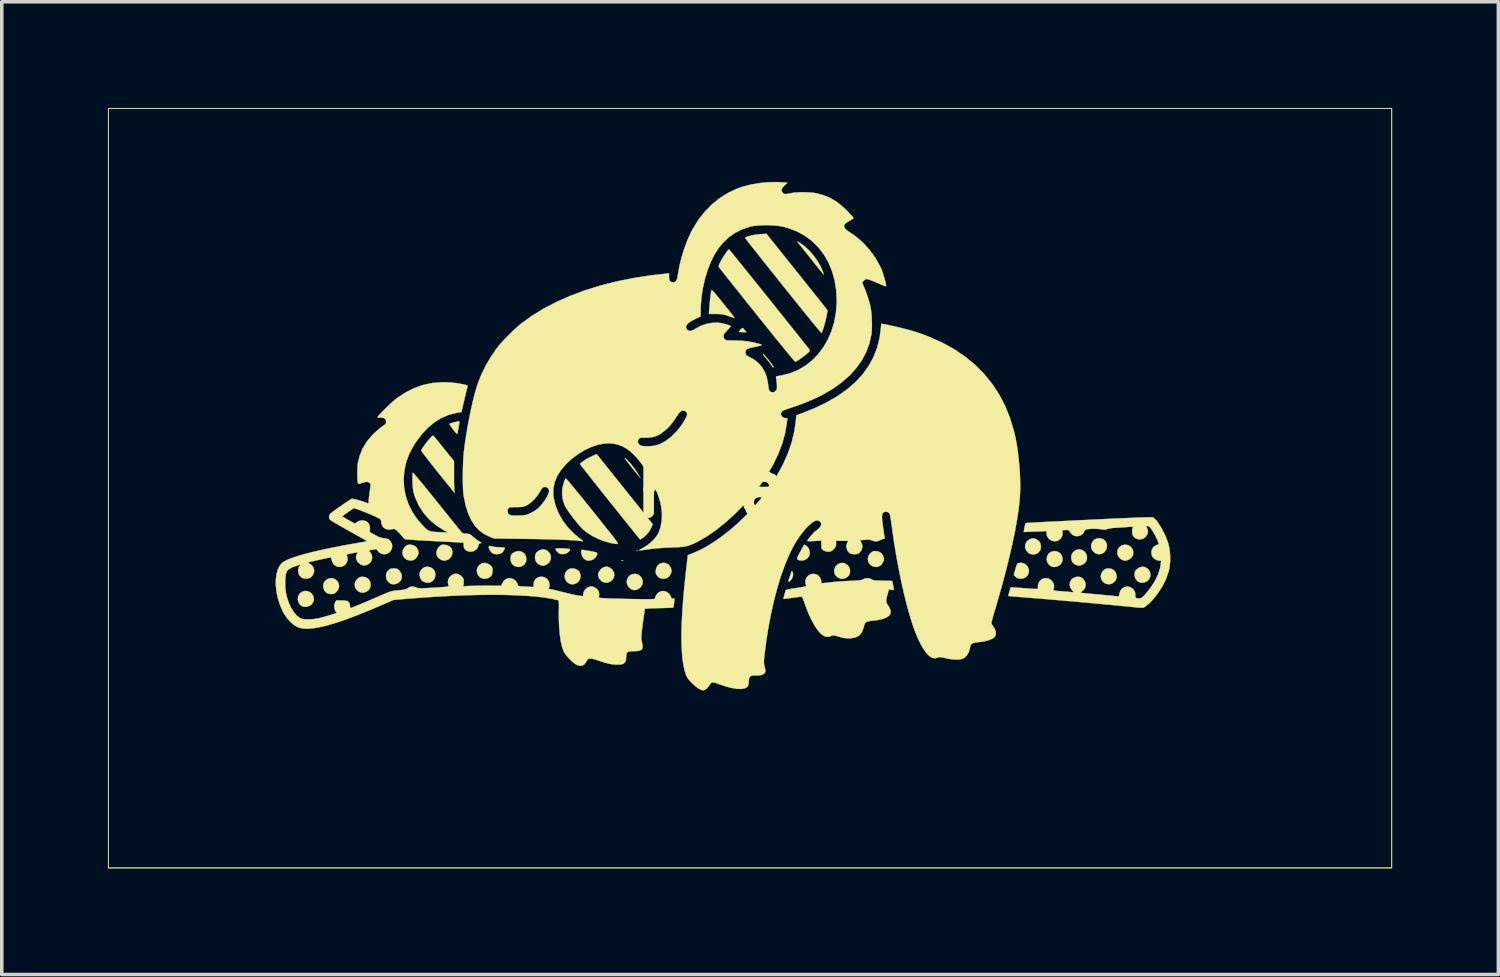
<source format=kicad_pcb>
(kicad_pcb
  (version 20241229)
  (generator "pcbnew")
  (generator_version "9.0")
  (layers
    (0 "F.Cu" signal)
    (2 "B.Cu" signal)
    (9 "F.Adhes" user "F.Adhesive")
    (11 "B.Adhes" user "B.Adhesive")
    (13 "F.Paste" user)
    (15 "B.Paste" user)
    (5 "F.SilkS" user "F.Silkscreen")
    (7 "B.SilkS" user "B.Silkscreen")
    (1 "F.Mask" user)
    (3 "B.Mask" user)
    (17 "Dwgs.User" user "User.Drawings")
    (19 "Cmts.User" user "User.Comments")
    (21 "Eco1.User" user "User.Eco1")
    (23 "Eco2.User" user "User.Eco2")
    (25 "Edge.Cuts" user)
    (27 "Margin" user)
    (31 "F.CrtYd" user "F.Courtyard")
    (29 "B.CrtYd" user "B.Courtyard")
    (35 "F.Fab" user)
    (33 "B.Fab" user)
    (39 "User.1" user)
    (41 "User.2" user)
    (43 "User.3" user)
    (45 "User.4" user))
  (footprint "Koala"
    (layer "F.Cu")
    (at 18.148 10.746)
    (property "Reference" "Koala" (at 0 0 0) (layer "F.SilkS") (effects (font (size 1.524 1.524) (thickness 0.3))))
    (attr through_hole)
    (fp_poly (pts (xy -3.102 -0.299) (xy -3.111 -0.29) (xy -3.121 -0.299) (xy -3.111 -0.308) (xy -3.102 -0.299)) (stroke (width 0.01) (type solid)) (fill yes) (layer "F.SilkS"))
    (fp_poly (pts (xy -3.588 2.038) (xy -3.585 2.045) (xy -3.61 2.047) (xy -3.636 2.044) (xy -3.633 2.038) (xy -3.596 2.036) (xy -3.588 2.038)) (stroke (width 0.01) (type solid)) (fill yes) (layer "F.SilkS"))
    (fp_poly (pts (xy -3.181 1.766) (xy -3.184 1.777) (xy -3.193 1.778) (xy -3.208 1.771) (xy -3.205 1.766) (xy -3.184 1.764) (xy -3.181 1.766)) (stroke (width 0.01) (type solid)) (fill yes) (layer "F.SilkS"))
    (fp_poly (pts (xy 18.143 10.741) (xy -18.143 10.741) (xy -18.143 -10.722) (xy -18.125 -10.722) (xy -18.125 10.722) (xy 18.125 10.722) (xy 18.125 -10.722) (xy -18.125 -10.722) (xy -18.143 -10.722) (xy -18.143 -10.741) (xy 18.143 -10.741) (xy 18.143 10.741)) (stroke (width 0.01) (type solid)) (fill yes) (layer "F.SilkS"))
    (fp_poly (pts (xy -0.203 -4.525) (xy -0.183 -4.501) (xy -0.151 -4.464) (xy -0.146 -4.459) (xy -0.103 -4.409) (xy -0.205 -4.409) (xy -0.261 -4.411) (xy -0.298 -4.416) (xy -0.308 -4.422) (xy -0.296 -4.447) (xy -0.27 -4.479) (xy -0.238 -4.509) (xy -0.212 -4.525) (xy -0.203 -4.525)) (stroke (width 0.01) (type solid)) (fill yes) (layer "F.SilkS"))
    (fp_poly (pts (xy 1.189 2.345) (xy 1.197 2.357) (xy 1.198 2.359) (xy 1.216 2.419) (xy 1.21 2.49) (xy 1.182 2.561) (xy 1.135 2.62) (xy 1.128 2.626) (xy 1.1 2.645) (xy 1.087 2.641) (xy 1.089 2.612) (xy 1.105 2.554) (xy 1.117 2.517) (xy 1.145 2.435) (xy 1.163 2.381) (xy 1.175 2.352) (xy 1.183 2.342) (xy 1.189 2.345)) (stroke (width 0.01) (type solid)) (fill yes) (layer "F.SilkS"))
    (fp_poly (pts (xy -4.976 2.272) (xy -4.9 2.298) (xy -4.839 2.344) (xy -4.817 2.376) (xy -4.79 2.464) (xy -4.798 2.549) (xy -4.838 2.626) (xy -4.897 2.68) (xy -4.978 2.715) (xy -5.06 2.715) (xy -5.129 2.686) (xy -5.192 2.629) (xy -5.23 2.557) (xy -5.241 2.478) (xy -5.225 2.401) (xy -5.184 2.334) (xy -5.131 2.292) (xy -5.057 2.269) (xy -4.976 2.272)) (stroke (width 0.01) (type solid)) (fill yes) (layer "F.SilkS"))
    (fp_poly (pts (xy -10.863 2.518) (xy -10.791 2.561) (xy -10.743 2.629) (xy -10.723 2.72) (xy -10.722 2.739) (xy -10.739 2.817) (xy -10.782 2.882) (xy -10.845 2.928) (xy -10.919 2.952) (xy -10.998 2.949) (xy -11.062 2.923) (xy -11.129 2.862) (xy -11.166 2.788) (xy -11.172 2.707) (xy -11.147 2.628) (xy -11.096 2.563) (xy -11.043 2.523) (xy -10.992 2.506) (xy -10.958 2.504) (xy -10.863 2.518)) (stroke (width 0.01) (type solid)) (fill yes) (layer "F.SilkS"))
    (fp_poly (pts (xy -9.032 2.237) (xy -8.967 2.276) (xy -8.919 2.335) (xy -8.896 2.408) (xy -8.899 2.498) (xy -8.929 2.574) (xy -8.982 2.632) (xy -9.052 2.667) (xy -9.133 2.672) (xy -9.164 2.666) (xy -9.238 2.638) (xy -9.288 2.595) (xy -9.314 2.551) (xy -9.341 2.463) (xy -9.333 2.381) (xy -9.307 2.326) (xy -9.251 2.264) (xy -9.182 2.23) (xy -9.106 2.221) (xy -9.032 2.237)) (stroke (width 0.01) (type solid)) (fill yes) (layer "F.SilkS"))
    (fp_poly (pts (xy 1.581 1.625) (xy 1.639 1.675) (xy 1.676 1.749) (xy 1.687 1.832) (xy 1.671 1.912) (xy 1.625 1.978) (xy 1.557 2.025) (xy 1.487 2.043) (xy 1.427 2.042) (xy 1.375 2.033) (xy 1.364 2.028) (xy 1.343 2.015) (xy 1.332 1.998) (xy 1.334 1.971) (xy 1.349 1.93) (xy 1.38 1.868) (xy 1.427 1.782) (xy 1.434 1.769) (xy 1.529 1.598) (xy 1.581 1.625)) (stroke (width 0.01) (type solid)) (fill yes) (layer "F.SilkS"))
    (fp_poly (pts (xy 2.678 2.125) (xy 2.753 2.171) (xy 2.804 2.238) (xy 2.827 2.318) (xy 2.821 2.403) (xy 2.803 2.45) (xy 2.754 2.508) (xy 2.685 2.548) (xy 2.607 2.564) (xy 2.557 2.558) (xy 2.471 2.519) (xy 2.411 2.46) (xy 2.38 2.387) (xy 2.379 2.306) (xy 2.411 2.223) (xy 2.418 2.212) (xy 2.48 2.149) (xy 2.556 2.116) (xy 2.64 2.114) (xy 2.678 2.125)) (stroke (width 0.01) (type solid)) (fill yes) (layer "F.SilkS"))
    (fp_poly (pts (xy 8.696 1.794) (xy 8.76 1.838) (xy 8.807 1.901) (xy 8.83 1.977) (xy 8.827 2.056) (xy 8.809 2.102) (xy 8.756 2.17) (xy 8.683 2.214) (xy 8.6 2.23) (xy 8.517 2.214) (xy 8.456 2.173) (xy 8.409 2.109) (xy 8.384 2.036) (xy 8.382 2.012) (xy 8.397 1.918) (xy 8.44 1.846) (xy 8.508 1.798) (xy 8.599 1.778) (xy 8.617 1.778) (xy 8.696 1.794)) (stroke (width 0.01) (type solid)) (fill yes) (layer "F.SilkS"))
    (fp_poly (pts (xy 9.38 1.746) (xy 9.444 1.786) (xy 9.493 1.846) (xy 9.52 1.918) (xy 9.522 1.998) (xy 9.499 2.066) (xy 9.449 2.128) (xy 9.378 2.17) (xy 9.298 2.188) (xy 9.245 2.182) (xy 9.167 2.146) (xy 9.112 2.09) (xy 9.082 2.02) (xy 9.075 1.943) (xy 9.092 1.869) (xy 9.135 1.803) (xy 9.202 1.753) (xy 9.223 1.744) (xy 9.305 1.729) (xy 9.38 1.746)) (stroke (width 0.01) (type solid)) (fill yes) (layer "F.SilkS"))
    (fp_poly (pts (xy 9.959 1.435) (xy 10.024 1.477) (xy 10.06 1.523) (xy 10.087 1.607) (xy 10.083 1.687) (xy 10.055 1.758) (xy 10.006 1.815) (xy 9.942 1.853) (xy 9.869 1.868) (xy 9.79 1.854) (xy 9.748 1.833) (xy 9.681 1.774) (xy 9.645 1.701) (xy 9.638 1.622) (xy 9.661 1.542) (xy 9.715 1.471) (xy 9.736 1.453) (xy 9.803 1.421) (xy 9.882 1.416) (xy 9.959 1.435)) (stroke (width 0.01) (type solid)) (fill yes) (layer "F.SilkS"))
    (fp_poly (pts (xy -12.505 2.911) (xy -12.434 2.942) (xy -12.376 2.998) (xy -12.347 3.051) (xy -12.33 3.107) (xy -12.328 3.152) (xy -12.341 3.202) (xy -12.382 3.275) (xy -12.447 3.326) (xy -12.527 3.353) (xy -12.613 3.352) (xy -12.657 3.339) (xy -12.718 3.296) (xy -12.761 3.23) (xy -12.781 3.151) (xy -12.775 3.07) (xy -12.766 3.042) (xy -12.719 2.971) (xy -12.655 2.925) (xy -12.581 2.905) (xy -12.505 2.911)) (stroke (width 0.01) (type solid)) (fill yes) (layer "F.SilkS"))
    (fp_poly (pts (xy -11.79 2.548) (xy -11.726 2.574) (xy -11.659 2.635) (xy -11.622 2.709) (xy -11.615 2.79) (xy -11.64 2.869) (xy -11.692 2.935) (xy -11.742 2.974) (xy -11.791 2.99) (xy -11.833 2.993) (xy -11.896 2.986) (xy -11.951 2.97) (xy -11.96 2.965) (xy -12.018 2.914) (xy -12.054 2.839) (xy -12.065 2.758) (xy -12.049 2.68) (xy -12.005 2.616) (xy -11.943 2.569) (xy -11.868 2.546) (xy -11.79 2.548)) (stroke (width 0.01) (type solid)) (fill yes) (layer "F.SilkS"))
    (fp_poly (pts (xy -4.039 2.219) (xy -3.962 2.247) (xy -3.896 2.302) (xy -3.85 2.378) (xy -3.844 2.397) (xy -3.837 2.474) (xy -3.861 2.546) (xy -3.908 2.608) (xy -3.973 2.652) (xy -4.048 2.673) (xy -4.125 2.666) (xy -4.201 2.626) (xy -4.259 2.559) (xy -4.284 2.502) (xy -4.295 2.45) (xy -4.288 2.406) (xy -4.27 2.365) (xy -4.218 2.29) (xy -4.149 2.239) (xy -4.072 2.218) (xy -4.039 2.219)) (stroke (width 0.01) (type solid)) (fill yes) (layer "F.SilkS"))
    (fp_poly (pts (xy -3.163 2.442) (xy -3.096 2.493) (xy -3.059 2.548) (xy -3.034 2.621) (xy -3.036 2.688) (xy -3.06 2.753) (xy -3.109 2.816) (xy -3.165 2.85) (xy -3.226 2.875) (xy -3.272 2.882) (xy -3.318 2.871) (xy -3.349 2.859) (xy -3.42 2.811) (xy -3.465 2.746) (xy -3.484 2.671) (xy -3.479 2.594) (xy -3.449 2.523) (xy -3.395 2.465) (xy -3.33 2.432) (xy -3.244 2.421) (xy -3.163 2.442)) (stroke (width 0.01) (type solid)) (fill yes) (layer "F.SilkS"))
    (fp_poly (pts (xy 0.385 -3.778) (xy 0.419 -3.744) (xy 0.463 -3.694) (xy 0.512 -3.635) (xy 0.561 -3.573) (xy 0.606 -3.514) (xy 0.641 -3.463) (xy 0.663 -3.427) (xy 0.665 -3.411) (xy 0.664 -3.411) (xy 0.641 -3.425) (xy 0.609 -3.463) (xy 0.581 -3.504) (xy 0.537 -3.568) (xy 0.48 -3.639) (xy 0.431 -3.695) (xy 0.391 -3.741) (xy 0.366 -3.775) (xy 0.363 -3.79) (xy 0.365 -3.791) (xy 0.385 -3.778)) (stroke (width 0.01) (type solid)) (fill yes) (layer "F.SilkS"))
    (fp_poly (pts (xy 7.753 2.134) (xy 7.816 2.181) (xy 7.86 2.247) (xy 7.881 2.324) (xy 7.874 2.394) (xy 7.836 2.475) (xy 7.773 2.53) (xy 7.69 2.556) (xy 7.655 2.558) (xy 7.591 2.553) (xy 7.543 2.534) (xy 7.51 2.508) (xy 7.453 2.457) (xy 7.498 2.295) (xy 7.519 2.218) (xy 7.537 2.169) (xy 7.553 2.14) (xy 7.574 2.125) (xy 7.598 2.116) (xy 7.678 2.11) (xy 7.753 2.134)) (stroke (width 0.01) (type solid)) (fill yes) (layer "F.SilkS"))
    (fp_poly (pts (xy 11.163 2.232) (xy 11.234 2.273) (xy 11.289 2.341) (xy 11.315 2.421) (xy 11.31 2.499) (xy 11.279 2.569) (xy 11.226 2.625) (xy 11.157 2.662) (xy 11.076 2.674) (xy 11.019 2.665) (xy 10.946 2.627) (xy 10.894 2.563) (xy 10.869 2.479) (xy 10.868 2.446) (xy 10.871 2.385) (xy 10.887 2.343) (xy 10.921 2.301) (xy 10.928 2.295) (xy 11.003 2.242) (xy 11.083 2.221) (xy 11.163 2.232)) (stroke (width 0.01) (type solid)) (fill yes) (layer "F.SilkS"))
    (fp_poly (pts (xy -8.569 1.61) (xy -8.495 1.645) (xy -8.442 1.696) (xy -8.435 1.708) (xy -8.413 1.784) (xy -8.419 1.865) (xy -8.45 1.941) (xy -8.502 2.001) (xy -8.534 2.02) (xy -8.611 2.046) (xy -8.682 2.043) (xy -8.745 2.018) (xy -8.813 1.967) (xy -8.853 1.898) (xy -8.864 1.82) (xy -8.847 1.74) (xy -8.798 1.665) (xy -8.791 1.657) (xy -8.744 1.617) (xy -8.698 1.6) (xy -8.651 1.597) (xy -8.569 1.61)) (stroke (width 0.01) (type solid)) (fill yes) (layer "F.SilkS"))
    (fp_poly (pts (xy -7.414 2.132) (xy -7.338 2.183) (xy -7.333 2.188) (xy -7.297 2.227) (xy -7.28 2.259) (xy -7.276 2.301) (xy -7.279 2.351) (xy -7.29 2.423) (xy -7.312 2.472) (xy -7.333 2.497) (xy -7.402 2.542) (xy -7.485 2.562) (xy -7.557 2.555) (xy -7.632 2.519) (xy -7.686 2.458) (xy -7.717 2.383) (xy -7.72 2.301) (xy -7.698 2.233) (xy -7.644 2.164) (xy -7.574 2.123) (xy -7.495 2.112) (xy -7.414 2.132)) (stroke (width 0.01) (type solid)) (fill yes) (layer "F.SilkS"))
    (fp_poly (pts (xy -5.807 1.736) (xy -5.733 1.766) (xy -5.674 1.824) (xy -5.653 1.859) (xy -5.628 1.931) (xy -5.631 1.998) (xy -5.655 2.063) (xy -5.704 2.127) (xy -5.759 2.161) (xy -5.811 2.183) (xy -5.847 2.191) (xy -5.885 2.187) (xy -5.927 2.175) (xy -5.997 2.138) (xy -6.047 2.078) (xy -6.075 2.003) (xy -6.078 1.923) (xy -6.053 1.848) (xy -6.032 1.817) (xy -5.964 1.76) (xy -5.886 1.734) (xy -5.807 1.736)) (stroke (width 0.01) (type solid)) (fill yes) (layer "F.SilkS"))
    (fp_poly (pts (xy 10.219 2.283) (xy 10.291 2.325) (xy 10.339 2.393) (xy 10.359 2.484) (xy 10.36 2.503) (xy 10.353 2.561) (xy 10.326 2.611) (xy 10.301 2.641) (xy 10.228 2.697) (xy 10.147 2.718) (xy 10.062 2.704) (xy 10.033 2.691) (xy 9.965 2.637) (xy 9.924 2.567) (xy 9.911 2.489) (xy 9.928 2.409) (xy 9.975 2.338) (xy 9.986 2.327) (xy 10.039 2.287) (xy 10.09 2.27) (xy 10.124 2.268) (xy 10.219 2.283)) (stroke (width 0.01) (type solid)) (fill yes) (layer "F.SilkS"))
    (fp_poly (pts (xy 10.689 1.612) (xy 10.758 1.655) (xy 10.806 1.718) (xy 10.83 1.794) (xy 10.826 1.876) (xy 10.808 1.923) (xy 10.765 1.976) (xy 10.702 2.02) (xy 10.634 2.047) (xy 10.604 2.05) (xy 10.551 2.04) (xy 10.494 2.014) (xy 10.485 2.009) (xy 10.418 1.947) (xy 10.384 1.871) (xy 10.378 1.817) (xy 10.394 1.734) (xy 10.439 1.665) (xy 10.507 1.618) (xy 10.591 1.597) (xy 10.604 1.597) (xy 10.689 1.612)) (stroke (width 0.01) (type solid)) (fill yes) (layer "F.SilkS"))
    (fp_poly (pts (xy -9.519 1.612) (xy -9.445 1.657) (xy -9.394 1.727) (xy -9.383 1.755) (xy -9.37 1.806) (xy -9.371 1.847) (xy -9.388 1.896) (xy -9.394 1.91) (xy -9.445 1.985) (xy -9.514 2.032) (xy -9.595 2.047) (xy -9.682 2.029) (xy -9.705 2.018) (xy -9.774 1.966) (xy -9.814 1.896) (xy -9.826 1.818) (xy -9.807 1.737) (xy -9.758 1.663) (xy -9.752 1.657) (xy -9.706 1.617) (xy -9.661 1.6) (xy -9.611 1.597) (xy -9.519 1.612)) (stroke (width 0.01) (type solid)) (fill yes) (layer "F.SilkS"))
    (fp_poly (pts (xy -6.455 1.794) (xy -6.391 1.838) (xy -6.345 1.902) (xy -6.322 1.979) (xy -6.328 2.061) (xy -6.338 2.092) (xy -6.386 2.164) (xy -6.454 2.21) (xy -6.536 2.228) (xy -6.622 2.215) (xy -6.655 2.201) (xy -6.704 2.165) (xy -6.742 2.119) (xy -6.743 2.117) (xy -6.765 2.048) (xy -6.769 1.971) (xy -6.756 1.902) (xy -6.749 1.887) (xy -6.704 1.836) (xy -6.635 1.798) (xy -6.555 1.779) (xy -6.534 1.778) (xy -6.455 1.794)) (stroke (width 0.01) (type solid)) (fill yes) (layer "F.SilkS"))
    (fp_poly (pts (xy -5.302 1.702) (xy -5.221 1.706) (xy -5.152 1.713) (xy -5.106 1.72) (xy -5.09 1.726) (xy -5.09 1.749) (xy -5.118 1.788) (xy -5.128 1.798) (xy -5.186 1.842) (xy -5.254 1.86) (xy -5.264 1.861) (xy -5.319 1.863) (xy -5.362 1.859) (xy -5.37 1.857) (xy -5.41 1.833) (xy -5.451 1.795) (xy -5.484 1.755) (xy -5.497 1.724) (xy -5.493 1.712) (xy -5.476 1.704) (xy -5.44 1.7) (xy -5.379 1.7) (xy -5.302 1.702)) (stroke (width 0.01) (type solid)) (fill yes) (layer "F.SilkS"))
    (fp_poly (pts (xy -4.729 1.745) (xy -4.675 1.753) (xy -4.605 1.764) (xy -4.53 1.777) (xy -4.459 1.789) (xy -4.413 1.798) (xy -4.351 1.815) (xy -4.322 1.839) (xy -4.323 1.876) (xy -4.352 1.933) (xy -4.354 1.936) (xy -4.413 2.001) (xy -4.489 2.039) (xy -4.574 2.048) (xy -4.637 2.033) (xy -4.7 1.989) (xy -4.746 1.923) (xy -4.77 1.845) (xy -4.772 1.822) (xy -4.769 1.774) (xy -4.762 1.745) (xy -4.758 1.742) (xy -4.729 1.745)) (stroke (width 0.01) (type solid)) (fill yes) (layer "F.SilkS"))
    (fp_poly (pts (xy -3.518 -0.839) (xy -3.478 -0.802) (xy -3.427 -0.749) (xy -3.37 -0.684) (xy -3.313 -0.613) (xy -3.261 -0.544) (xy -3.236 -0.508) (xy -3.18 -0.423) (xy -3.142 -0.364) (xy -3.124 -0.332) (xy -3.125 -0.326) (xy -3.147 -0.348) (xy -3.189 -0.397) (xy -3.253 -0.474) (xy -3.338 -0.58) (xy -3.346 -0.59) (xy -3.411 -0.672) (xy -3.467 -0.744) (xy -3.509 -0.801) (xy -3.535 -0.839) (xy -3.541 -0.853) (xy -3.541 -0.853) (xy -3.518 -0.839)) (stroke (width 0.01) (type solid)) (fill yes) (layer "F.SilkS"))
    (fp_poly (pts (xy 3.635 1.794) (xy 3.709 1.838) (xy 3.76 1.908) (xy 3.771 1.936) (xy 3.784 1.987) (xy 3.782 2.028) (xy 3.765 2.078) (xy 3.759 2.091) (xy 3.709 2.167) (xy 3.64 2.213) (xy 3.559 2.229) (xy 3.472 2.21) (xy 3.448 2.2) (xy 3.38 2.147) (xy 3.339 2.078) (xy 3.328 1.999) (xy 3.346 1.919) (xy 3.396 1.844) (xy 3.401 1.838) (xy 3.448 1.799) (xy 3.493 1.781) (xy 3.542 1.778) (xy 3.635 1.794)) (stroke (width 0.01) (type solid)) (fill yes) (layer "F.SilkS"))
    (fp_poly (pts (xy -8.223 -1.884) (xy -8.217 -1.871) (xy -8.218 -1.841) (xy -8.225 -1.788) (xy -8.238 -1.714) (xy -8.252 -1.639) (xy -8.264 -1.578) (xy -8.274 -1.541) (xy -8.277 -1.532) (xy -8.291 -1.542) (xy -8.322 -1.575) (xy -8.365 -1.625) (xy -8.397 -1.664) (xy -8.442 -1.725) (xy -8.476 -1.775) (xy -8.494 -1.808) (xy -8.495 -1.818) (xy -8.471 -1.829) (xy -8.423 -1.845) (xy -8.363 -1.861) (xy -8.303 -1.876) (xy -8.255 -1.885) (xy -8.236 -1.887) (xy -8.223 -1.884)) (stroke (width 0.01) (type solid)) (fill yes) (layer "F.SilkS"))
    (fp_poly (pts (xy -2.405 2.113) (xy -2.329 2.144) (xy -2.288 2.178) (xy -2.238 2.251) (xy -2.22 2.332) (xy -2.234 2.413) (xy -2.281 2.487) (xy -2.307 2.512) (xy -2.354 2.543) (xy -2.41 2.556) (xy -2.452 2.558) (xy -2.513 2.555) (xy -2.555 2.539) (xy -2.597 2.504) (xy -2.605 2.496) (xy -2.644 2.453) (xy -2.662 2.412) (xy -2.667 2.355) (xy -2.667 2.344) (xy -2.652 2.256) (xy -2.612 2.186) (xy -2.553 2.137) (xy -2.481 2.112) (xy -2.405 2.113)) (stroke (width 0.01) (type solid)) (fill yes) (layer "F.SilkS"))
    (fp_poly (pts (xy -7.341 1.638) (xy -7.284 1.651) (xy -7.23 1.66) (xy -7.154 1.667) (xy -7.075 1.671) (xy -7.071 1.671) (xy -7.005 1.674) (xy -6.955 1.68) (xy -6.932 1.688) (xy -6.931 1.69) (xy -6.943 1.732) (xy -6.973 1.782) (xy -7.011 1.825) (xy -7.029 1.839) (xy -7.088 1.861) (xy -7.163 1.867) (xy -7.237 1.857) (xy -7.277 1.841) (xy -7.319 1.804) (xy -7.357 1.747) (xy -7.381 1.688) (xy -7.384 1.662) (xy -7.382 1.643) (xy -7.371 1.635) (xy -7.341 1.638)) (stroke (width 0.01) (type solid)) (fill yes) (layer "F.SilkS"))
    (fp_poly (pts (xy 8.074 1.435) (xy 8.148 1.483) (xy 8.174 1.51) (xy 8.204 1.557) (xy 8.217 1.614) (xy 8.219 1.654) (xy 8.215 1.715) (xy 8.2 1.757) (xy 8.165 1.799) (xy 8.157 1.807) (xy 8.113 1.846) (xy 8.072 1.864) (xy 8.016 1.869) (xy 8.004 1.869) (xy 7.936 1.863) (xy 7.885 1.843) (xy 7.86 1.824) (xy 7.799 1.753) (xy 7.772 1.674) (xy 7.777 1.593) (xy 7.816 1.516) (xy 7.839 1.489) (xy 7.913 1.438) (xy 7.993 1.42) (xy 8.074 1.435)) (stroke (width 0.01) (type solid)) (fill yes) (layer "F.SilkS"))
    (fp_poly (pts (xy -10.008 2.271) (xy -9.966 2.285) (xy -9.926 2.317) (xy -9.915 2.328) (xy -9.862 2.402) (xy -9.84 2.482) (xy -9.848 2.559) (xy -9.882 2.627) (xy -9.942 2.68) (xy -10.023 2.71) (xy -10.046 2.714) (xy -10.102 2.714) (xy -10.148 2.706) (xy -10.152 2.705) (xy -10.188 2.681) (xy -10.23 2.641) (xy -10.239 2.631) (xy -10.271 2.583) (xy -10.285 2.529) (xy -10.287 2.482) (xy -10.283 2.422) (xy -10.268 2.38) (xy -10.233 2.337) (xy -10.225 2.33) (xy -10.183 2.292) (xy -10.143 2.274) (xy -10.089 2.268) (xy -10.069 2.268) (xy -10.008 2.271)) (stroke (width 0.01) (type solid)) (fill yes) (layer "F.SilkS"))
    (fp_poly (pts (xy 1.366 -6.957) (xy 1.409 -6.932) (xy 1.544 -6.834) (xy 1.678 -6.708) (xy 1.804 -6.562) (xy 1.915 -6.404) (xy 1.986 -6.279) (xy 2.016 -6.216) (xy 2.044 -6.152) (xy 2.066 -6.096) (xy 2.078 -6.057) (xy 2.078 -6.042) (xy 2.078 -6.042) (xy 2.066 -6.055) (xy 2.034 -6.094) (xy 1.984 -6.154) (xy 1.921 -6.233) (xy 1.845 -6.326) (xy 1.761 -6.431) (xy 1.714 -6.491) (xy 1.625 -6.602) (xy 1.543 -6.704) (xy 1.471 -6.795) (xy 1.411 -6.87) (xy 1.367 -6.925) (xy 1.341 -6.958) (xy 1.336 -6.965) (xy 1.339 -6.969) (xy 1.366 -6.957)) (stroke (width 0.01) (type solid)) (fill yes) (layer "F.SilkS"))
    (fp_poly (pts (xy -1.061 -5.58) (xy -1.027 -5.546) (xy -0.978 -5.491) (xy -0.912 -5.411) (xy -0.827 -5.306) (xy -0.78 -5.248) (xy -0.681 -5.125) (xy -0.603 -5.027) (xy -0.543 -4.952) (xy -0.5 -4.896) (xy -0.47 -4.857) (xy -0.452 -4.832) (xy -0.444 -4.817) (xy -0.442 -4.811) (xy -0.446 -4.81) (xy -0.448 -4.81) (xy -0.471 -4.817) (xy -0.519 -4.833) (xy -0.584 -4.856) (xy -0.617 -4.867) (xy -0.695 -4.893) (xy -0.761 -4.91) (xy -0.829 -4.918) (xy -0.912 -4.922) (xy -0.967 -4.923) (xy -1.163 -4.923) (xy -1.152 -5.079) (xy -1.144 -5.181) (xy -1.134 -5.286) (xy -1.123 -5.387) (xy -1.112 -5.476) (xy -1.101 -5.545) (xy -1.092 -5.587) (xy -1.091 -5.591) (xy -1.082 -5.594) (xy -1.061 -5.58)) (stroke (width 0.01) (type solid)) (fill yes) (layer "F.SilkS"))
    (fp_poly (pts (xy -3.544 0.028) (xy -2.753 1.017) (xy -2.784 1.097) (xy -2.839 1.204) (xy -2.918 1.306) (xy -3.009 1.388) (xy -3.02 1.396) (xy -3.065 1.427) (xy -3.097 1.447) (xy -3.106 1.451) (xy -3.118 1.437) (xy -3.151 1.397) (xy -3.202 1.333) (xy -3.272 1.248) (xy -3.357 1.142) (xy -3.455 1.02) (xy -3.566 0.882) (xy -3.687 0.731) (xy -3.816 0.57) (xy -3.952 0.4) (xy -3.955 0.396) (xy -4.091 0.225) (xy -4.221 0.063) (xy -4.342 -0.09) (xy -4.453 -0.23) (xy -4.552 -0.355) (xy -4.637 -0.463) (xy -4.707 -0.552) (xy -4.759 -0.619) (xy -4.792 -0.663) (xy -4.804 -0.68) (xy -4.804 -0.68) (xy -4.792 -0.703) (xy -4.754 -0.737) (xy -4.694 -0.778) (xy -4.619 -0.824) (xy -4.535 -0.87) (xy -4.448 -0.912) (xy -4.404 -0.932) (xy -4.335 -0.96) (xy -3.544 0.028)) (stroke (width 0.01) (type solid)) (fill yes) (layer "F.SilkS"))
    (fp_poly (pts (xy -8.939 -1.47) (xy -8.92 -1.448) (xy -8.883 -1.403) (xy -8.83 -1.338) (xy -8.764 -1.257) (xy -8.69 -1.165) (xy -8.64 -1.103) (xy -8.367 -0.763) (xy -8.367 -0.357) (xy -8.367 -0.237) (xy -8.366 -0.127) (xy -8.363 -0.034) (xy -8.361 0.037) (xy -8.357 0.08) (xy -8.356 0.088) (xy -8.349 0.118) (xy -8.352 0.127) (xy -8.364 0.113) (xy -8.397 0.074) (xy -8.448 0.013) (xy -8.514 -0.068) (xy -8.594 -0.166) (xy -8.683 -0.277) (xy -8.781 -0.399) (xy -8.828 -0.457) (xy -8.928 -0.583) (xy -9.022 -0.701) (xy -9.105 -0.808) (xy -9.176 -0.9) (xy -9.233 -0.974) (xy -9.273 -1.027) (xy -9.293 -1.057) (xy -9.295 -1.062) (xy -9.284 -1.088) (xy -9.256 -1.135) (xy -9.214 -1.196) (xy -9.164 -1.264) (xy -9.111 -1.332) (xy -9.06 -1.393) (xy -9.044 -1.411) (xy -9 -1.457) (xy -8.973 -1.479) (xy -8.954 -1.481) (xy -8.939 -1.47)) (stroke (width 0.01) (type solid)) (fill yes) (layer "F.SilkS"))
    (fp_poly (pts (xy -5.197 -0.264) (xy -5.163 -0.227) (xy -5.11 -0.166) (xy -5.04 -0.083) (xy -4.956 0.019) (xy -4.858 0.138) (xy -4.749 0.271) (xy -4.631 0.417) (xy -4.505 0.573) (xy -4.449 0.644) (xy -4.3 0.829) (xy -4.173 0.989) (xy -4.066 1.124) (xy -3.977 1.236) (xy -3.904 1.328) (xy -3.847 1.402) (xy -3.804 1.46) (xy -3.773 1.504) (xy -3.753 1.535) (xy -3.743 1.556) (xy -3.74 1.568) (xy -3.744 1.575) (xy -3.752 1.577) (xy -3.76 1.577) (xy -3.811 1.572) (xy -3.879 1.561) (xy -3.928 1.552) (xy -4.11 1.502) (xy -4.288 1.434) (xy -4.455 1.353) (xy -4.602 1.261) (xy -4.723 1.164) (xy -4.755 1.131) (xy -4.827 1.051) (xy -4.905 0.959) (xy -4.984 0.859) (xy -5.059 0.759) (xy -5.128 0.665) (xy -5.185 0.581) (xy -5.225 0.514) (xy -5.243 0.477) (xy -5.289 0.333) (xy -5.311 0.204) (xy -5.311 0.077) (xy -5.311 0.074) (xy -5.302 0.003) (xy -5.285 -0.076) (xy -5.263 -0.155) (xy -5.24 -0.222) (xy -5.218 -0.267) (xy -5.211 -0.276) (xy -5.197 -0.264)) (stroke (width 0.01) (type solid)) (fill yes) (layer "F.SilkS"))
    (fp_poly (pts (xy 1.315 -6.122) (xy 1.453 -5.951) (xy 1.583 -5.787) (xy 1.706 -5.634) (xy 1.818 -5.493) (xy 1.919 -5.367) (xy 2.006 -5.258) (xy 2.077 -5.168) (xy 2.131 -5.099) (xy 2.166 -5.054) (xy 2.181 -5.036) (xy 2.181 -5.035) (xy 2.184 -5.005) (xy 2.177 -4.948) (xy 2.163 -4.871) (xy 2.144 -4.781) (xy 2.12 -4.686) (xy 2.094 -4.592) (xy 2.068 -4.508) (xy 2.044 -4.441) (xy 2.024 -4.397) (xy 2.016 -4.388) (xy 2.004 -4.4) (xy 1.97 -4.439) (xy 1.917 -4.502) (xy 1.846 -4.588) (xy 1.758 -4.694) (xy 1.656 -4.819) (xy 1.541 -4.961) (xy 1.414 -5.118) (xy 1.278 -5.288) (xy 1.133 -5.468) (xy 0.981 -5.658) (xy 0.935 -5.715) (xy 0.781 -5.908) (xy 0.634 -6.092) (xy 0.495 -6.267) (xy 0.365 -6.43) (xy 0.247 -6.579) (xy 0.141 -6.712) (xy 0.05 -6.827) (xy -0.025 -6.922) (xy -0.083 -6.996) (xy -0.121 -7.045) (xy -0.139 -7.069) (xy -0.141 -7.071) (xy -0.128 -7.087) (xy -0.087 -7.106) (xy -0.024 -7.126) (xy 0.054 -7.145) (xy 0.139 -7.161) (xy 0.226 -7.174) (xy 0.29 -7.179) (xy 0.463 -7.188) (xy 1.315 -6.122)) (stroke (width 0.01) (type solid)) (fill yes) (layer "F.SilkS"))
    (fp_poly (pts (xy -0.584 -6.735) (xy -0.551 -6.695) (xy -0.499 -6.632) (xy -0.43 -6.547) (xy -0.345 -6.443) (xy -0.247 -6.322) (xy -0.138 -6.187) (xy -0.019 -6.039) (xy 0.107 -5.882) (xy 0.24 -5.717) (xy 0.376 -5.547) (xy 0.515 -5.375) (xy 0.654 -5.201) (xy 0.791 -5.03) (xy 0.925 -4.862) (xy 1.054 -4.701) (xy 1.175 -4.549) (xy 1.288 -4.408) (xy 1.39 -4.28) (xy 1.479 -4.168) (xy 1.553 -4.074) (xy 1.611 -4) (xy 1.651 -3.949) (xy 1.67 -3.923) (xy 1.671 -3.921) (xy 1.683 -3.896) (xy 1.68 -3.874) (xy 1.658 -3.847) (xy 1.615 -3.806) (xy 1.559 -3.759) (xy 1.493 -3.709) (xy 1.424 -3.66) (xy 1.361 -3.618) (xy 1.309 -3.588) (xy 1.277 -3.574) (xy 1.275 -3.574) (xy 1.26 -3.588) (xy 1.225 -3.628) (xy 1.17 -3.693) (xy 1.098 -3.78) (xy 1.009 -3.888) (xy 0.906 -4.014) (xy 0.79 -4.157) (xy 0.662 -4.314) (xy 0.525 -4.484) (xy 0.38 -4.664) (xy 0.229 -4.853) (xy 0.201 -4.888) (xy 0.048 -5.079) (xy -0.099 -5.263) (xy -0.238 -5.437) (xy -0.367 -5.599) (xy -0.486 -5.748) (xy -0.592 -5.881) (xy -0.683 -5.996) (xy -0.759 -6.092) (xy -0.817 -6.165) (xy -0.855 -6.215) (xy -0.873 -6.239) (xy -0.874 -6.24) (xy -0.884 -6.263) (xy -0.884 -6.289) (xy -0.87 -6.328) (xy -0.841 -6.388) (xy -0.83 -6.409) (xy -0.794 -6.475) (xy -0.75 -6.546) (xy -0.704 -6.615) (xy -0.661 -6.677) (xy -0.625 -6.723) (xy -0.602 -6.747) (xy -0.597 -6.749) (xy -0.584 -6.735)) (stroke (width 0.01) (type solid)) (fill yes) (layer "F.SilkS"))
    (fp_poly (pts (xy 1.876 2.438) (xy 1.939 2.481) (xy 1.988 2.545) (xy 2.012 2.617) (xy 2.014 2.638) (xy 2.014 2.69) (xy 2.112 2.679) (xy 2.326 2.655) (xy 2.529 2.638) (xy 2.74 2.625) (xy 2.847 2.62) (xy 2.964 2.614) (xy 3.05 2.609) (xy 3.112 2.601) (xy 3.156 2.592) (xy 3.189 2.58) (xy 3.207 2.571) (xy 3.274 2.548) (xy 3.349 2.546) (xy 3.416 2.564) (xy 3.445 2.583) (xy 3.465 2.595) (xy 3.5 2.604) (xy 3.555 2.61) (xy 3.635 2.614) (xy 3.746 2.617) (xy 3.747 2.617) (xy 4.017 2.622) (xy 4.04 2.731) (xy 4.055 2.805) (xy 4.061 2.851) (xy 4.056 2.873) (xy 4.037 2.879) (xy 4.003 2.875) (xy 3.993 2.874) (xy 3.921 2.862) (xy 3.901 2.942) (xy 3.884 3.004) (xy 3.867 3.062) (xy 3.864 3.073) (xy 3.847 3.16) (xy 3.856 3.238) (xy 3.88 3.286) (xy 3.943 3.382) (xy 3.973 3.467) (xy 3.969 3.54) (xy 3.931 3.602) (xy 3.86 3.654) (xy 3.754 3.695) (xy 3.613 3.726) (xy 3.511 3.74) (xy 3.41 3.751) (xy 3.339 3.763) (xy 3.29 3.78) (xy 3.257 3.807) (xy 3.234 3.85) (xy 3.214 3.914) (xy 3.194 3.986) (xy 3.151 4.088) (xy 3.081 4.165) (xy 2.986 4.216) (xy 2.868 4.241) (xy 2.803 4.243) (xy 2.734 4.241) (xy 2.675 4.237) (xy 2.64 4.233) (xy 2.605 4.224) (xy 2.547 4.208) (xy 2.48 4.189) (xy 2.413 4.171) (xy 2.369 4.163) (xy 2.333 4.165) (xy 2.293 4.177) (xy 2.275 4.184) (xy 2.201 4.203) (xy 2.133 4.197) (xy 2.065 4.165) (xy 1.992 4.104) (xy 1.952 4.062) (xy 1.884 3.977) (xy 1.812 3.862) (xy 1.738 3.725) (xy 1.665 3.571) (xy 1.598 3.408) (xy 1.551 3.279) (xy 1.519 3.188) (xy 1.495 3.127) (xy 1.476 3.09) (xy 1.459 3.071) (xy 1.442 3.067) (xy 1.411 3.07) (xy 1.352 3.077) (xy 1.274 3.088) (xy 1.185 3.1) (xy 1.179 3.101) (xy 1.093 3.113) (xy 1.021 3.123) (xy 0.97 3.129) (xy 0.947 3.13) (xy 0.947 3.13) (xy 0.948 3.11) (xy 0.957 3.067) (xy 0.97 3.012) (xy 0.987 2.955) (xy 1.002 2.908) (xy 1.013 2.881) (xy 1.014 2.88) (xy 1.037 2.872) (xy 1.088 2.86) (xy 1.16 2.846) (xy 1.247 2.832) (xy 1.262 2.83) (xy 1.38 2.812) (xy 1.466 2.798) (xy 1.525 2.787) (xy 1.562 2.778) (xy 1.581 2.77) (xy 1.587 2.76) (xy 1.583 2.748) (xy 1.578 2.739) (xy 1.562 2.678) (xy 1.566 2.604) (xy 1.587 2.542) (xy 1.64 2.476) (xy 1.712 2.434) (xy 1.795 2.421) (xy 1.876 2.438)) (stroke (width 0.01) (type solid)) (fill yes) (layer "F.SilkS"))
    (fp_poly (pts (xy 11.375 0.822) (xy 11.377 0.822) (xy 11.42 0.847) (xy 11.473 0.902) (xy 11.532 0.979) (xy 11.594 1.075) (xy 11.656 1.183) (xy 11.714 1.299) (xy 11.767 1.417) (xy 11.809 1.532) (xy 11.821 1.569) (xy 11.855 1.724) (xy 11.872 1.898) (xy 11.872 2.076) (xy 11.854 2.246) (xy 11.832 2.349) (xy 11.758 2.562) (xy 11.651 2.776) (xy 11.516 2.984) (xy 11.398 3.133) (xy 11.33 3.206) (xy 11.26 3.274) (xy 11.194 3.329) (xy 11.14 3.366) (xy 11.112 3.379) (xy 11.083 3.38) (xy 11.024 3.377) (xy 10.943 3.371) (xy 10.846 3.363) (xy 10.768 3.355) (xy 10.649 3.342) (xy 10.499 3.328) (xy 10.322 3.311) (xy 10.124 3.292) (xy 9.908 3.272) (xy 9.681 3.251) (xy 9.447 3.23) (xy 9.21 3.209) (xy 8.975 3.188) (xy 8.748 3.168) (xy 8.533 3.15) (xy 8.334 3.133) (xy 8.158 3.119) (xy 8.074 3.112) (xy 7.926 3.1) (xy 7.787 3.089) (xy 7.66 3.079) (xy 7.551 3.07) (xy 7.465 3.063) (xy 7.407 3.057) (xy 7.39 3.056) (xy 7.296 3.046) (xy 7.329 2.928) (xy 7.346 2.868) (xy 7.361 2.823) (xy 7.368 2.804) (xy 7.388 2.803) (xy 7.437 2.805) (xy 7.511 2.809) (xy 7.602 2.816) (xy 7.684 2.822) (xy 7.792 2.831) (xy 7.893 2.838) (xy 7.979 2.844) (xy 8.043 2.847) (xy 8.069 2.848) (xy 8.116 2.847) (xy 8.137 2.838) (xy 8.138 2.815) (xy 8.135 2.796) (xy 8.138 2.73) (xy 8.166 2.66) (xy 8.212 2.6) (xy 8.244 2.574) (xy 8.325 2.544) (xy 8.407 2.546) (xy 8.483 2.579) (xy 8.543 2.638) (xy 8.567 2.68) (xy 8.588 2.742) (xy 8.592 2.791) (xy 8.59 2.799) (xy 8.577 2.845) (xy 8.571 2.868) (xy 8.572 2.882) (xy 8.589 2.892) (xy 8.626 2.9) (xy 8.691 2.906) (xy 8.74 2.91) (xy 8.834 2.916) (xy 8.93 2.924) (xy 9.012 2.931) (xy 9.035 2.933) (xy 9.153 2.945) (xy 9.094 2.878) (xy 9.047 2.801) (xy 9.032 2.722) (xy 9.046 2.646) (xy 9.086 2.581) (xy 9.149 2.532) (xy 9.232 2.506) (xy 9.27 2.504) (xy 9.328 2.511) (xy 9.378 2.537) (xy 9.408 2.563) (xy 9.462 2.633) (xy 9.485 2.712) (xy 9.477 2.792) (xy 9.44 2.865) (xy 9.377 2.92) (xy 9.322 2.953) (xy 9.41 2.964) (xy 9.454 2.969) (xy 9.527 2.976) (xy 9.623 2.986) (xy 9.736 2.996) (xy 9.858 3.007) (xy 9.906 3.012) (xy 10.027 3.023) (xy 10.139 3.033) (xy 10.236 3.043) (xy 10.312 3.051) (xy 10.36 3.056) (xy 10.371 3.058) (xy 10.407 3.061) (xy 10.425 3.05) (xy 10.434 3.014) (xy 10.437 2.993) (xy 10.463 2.902) (xy 10.514 2.836) (xy 10.573 2.8) (xy 10.661 2.78) (xy 10.743 2.795) (xy 10.817 2.846) (xy 10.827 2.857) (xy 10.864 2.904) (xy 10.882 2.949) (xy 10.886 3.011) (xy 10.887 3.064) (xy 10.895 3.093) (xy 10.917 3.106) (xy 10.948 3.112) (xy 11 3.118) (xy 11.044 3.11) (xy 11.088 3.083) (xy 11.139 3.034) (xy 11.181 2.988) (xy 11.328 2.802) (xy 11.446 2.617) (xy 11.534 2.434) (xy 11.589 2.257) (xy 11.606 2.154) (xy 11.617 2.05) (xy 11.562 2.05) (xy 11.5 2.036) (xy 11.435 2) (xy 11.381 1.951) (xy 11.362 1.923) (xy 11.342 1.847) (xy 11.347 1.765) (xy 11.369 1.706) (xy 11.41 1.657) (xy 11.465 1.618) (xy 11.518 1.597) (xy 11.529 1.597) (xy 11.55 1.588) (xy 11.548 1.557) (xy 11.547 1.556) (xy 11.516 1.472) (xy 11.468 1.37) (xy 11.408 1.262) (xy 11.368 1.198) (xy 11.323 1.131) (xy 11.288 1.092) (xy 11.26 1.073) (xy 11.242 1.07) (xy 11.199 1.07) (xy 11.227 1.149) (xy 11.244 1.204) (xy 11.245 1.244) (xy 11.232 1.291) (xy 11.229 1.299) (xy 11.185 1.371) (xy 11.122 1.42) (xy 11.048 1.445) (xy 10.97 1.445) (xy 10.898 1.419) (xy 10.838 1.367) (xy 10.82 1.339) (xy 10.801 1.281) (xy 10.797 1.211) (xy 10.806 1.145) (xy 10.815 1.122) (xy 10.823 1.103) (xy 10.818 1.093) (xy 10.794 1.09) (xy 10.745 1.092) (xy 10.701 1.095) (xy 10.625 1.101) (xy 10.528 1.107) (xy 10.424 1.114) (xy 10.36 1.117) (xy 10.253 1.125) (xy 10.168 1.137) (xy 10.111 1.151) (xy 10.099 1.156) (xy 10.024 1.174) (xy 9.981 1.171) (xy 9.834 1.151) (xy 9.702 1.146) (xy 9.606 1.152) (xy 9.537 1.159) (xy 9.495 1.168) (xy 9.471 1.182) (xy 9.457 1.206) (xy 9.453 1.215) (xy 9.406 1.288) (xy 9.341 1.336) (xy 9.265 1.357) (xy 9.188 1.353) (xy 9.115 1.322) (xy 9.056 1.263) (xy 9.042 1.24) (xy 9.019 1.203) (xy 8.995 1.185) (xy 8.958 1.181) (xy 8.917 1.183) (xy 8.827 1.188) (xy 8.832 1.261) (xy 8.822 1.347) (xy 8.786 1.416) (xy 8.729 1.467) (xy 8.659 1.496) (xy 8.583 1.5) (xy 8.507 1.477) (xy 8.441 1.426) (xy 8.401 1.373) (xy 8.384 1.322) (xy 8.382 1.287) (xy 8.382 1.213) (xy 7.734 1.239) (xy 7.756 1.117) (xy 7.769 1.055) (xy 7.779 1.009) (xy 7.786 0.989) (xy 7.786 0.989) (xy 7.789 0.988) (xy 7.798 0.987) (xy 7.814 0.985) (xy 7.839 0.983) (xy 7.875 0.98) (xy 7.923 0.978) (xy 7.987 0.974) (xy 8.068 0.97) (xy 8.167 0.964) (xy 8.287 0.958) (xy 8.429 0.951) (xy 8.596 0.943) (xy 8.789 0.933) (xy 9.01 0.923) (xy 9.261 0.91) (xy 9.544 0.897) (xy 9.862 0.881) (xy 9.933 0.878) (xy 10.156 0.867) (xy 10.369 0.857) (xy 10.57 0.849) (xy 10.755 0.841) (xy 10.921 0.834) (xy 11.066 0.829) (xy 11.187 0.825) (xy 11.281 0.822) (xy 11.344 0.821) (xy 11.375 0.822)) (stroke (width 0.01) (type solid)) (fill yes) (layer "F.SilkS"))
    (fp_poly (pts (xy 3.782 -4.635) (xy 3.855 -4.622) (xy 3.955 -4.601) (xy 4.072 -4.574) (xy 4.2 -4.544) (xy 4.329 -4.512) (xy 4.451 -4.481) (xy 4.558 -4.452) (xy 4.62 -4.434) (xy 4.717 -4.403) (xy 4.833 -4.363) (xy 4.954 -4.318) (xy 5.066 -4.275) (xy 5.074 -4.272) (xy 5.439 -4.108) (xy 5.777 -3.921) (xy 6.086 -3.711) (xy 6.368 -3.478) (xy 6.621 -3.222) (xy 6.846 -2.943) (xy 7.043 -2.643) (xy 7.211 -2.32) (xy 7.349 -1.975) (xy 7.459 -1.609) (xy 7.51 -1.383) (xy 7.552 -1.143) (xy 7.586 -0.881) (xy 7.612 -0.609) (xy 7.629 -0.337) (xy 7.636 -0.078) (xy 7.632 0.127) (xy 7.617 0.356) (xy 7.587 0.616) (xy 7.543 0.905) (xy 7.486 1.222) (xy 7.415 1.564) (xy 7.331 1.928) (xy 7.236 2.314) (xy 7.128 2.72) (xy 7.009 3.142) (xy 6.93 3.413) (xy 6.897 3.523) (xy 6.868 3.623) (xy 6.845 3.707) (xy 6.829 3.769) (xy 6.822 3.804) (xy 6.822 3.807) (xy 6.832 3.846) (xy 6.855 3.885) (xy 6.915 3.978) (xy 6.945 4.065) (xy 6.945 4.142) (xy 6.914 4.205) (xy 6.901 4.219) (xy 6.841 4.258) (xy 6.752 4.294) (xy 6.643 4.323) (xy 6.522 4.344) (xy 6.456 4.351) (xy 6.361 4.362) (xy 6.295 4.38) (xy 6.253 4.408) (xy 6.228 4.451) (xy 6.214 4.514) (xy 6.214 4.514) (xy 6.183 4.628) (xy 6.13 4.723) (xy 6.058 4.793) (xy 6 4.825) (xy 5.932 4.839) (xy 5.839 4.844) (xy 5.732 4.839) (xy 5.621 4.825) (xy 5.523 4.804) (xy 5.444 4.785) (xy 5.389 4.776) (xy 5.349 4.776) (xy 5.313 4.785) (xy 5.31 4.786) (xy 5.257 4.801) (xy 5.211 4.808) (xy 5.209 4.808) (xy 5.137 4.79) (xy 5.06 4.739) (xy 4.98 4.655) (xy 4.899 4.541) (xy 4.817 4.399) (xy 4.736 4.23) (xy 4.657 4.037) (xy 4.59 3.846) (xy 4.508 3.581) (xy 4.426 3.286) (xy 4.347 2.965) (xy 4.271 2.625) (xy 4.199 2.271) (xy 4.132 1.909) (xy 4.072 1.544) (xy 4.02 1.183) (xy 4.009 1.098) (xy 3.995 0.992) (xy 3.981 0.896) (xy 3.967 0.816) (xy 3.956 0.76) (xy 3.951 0.738) (xy 3.915 0.687) (xy 3.861 0.664) (xy 3.801 0.671) (xy 3.769 0.687) (xy 3.746 0.71) (xy 3.733 0.744) (xy 3.728 0.795) (xy 3.731 0.868) (xy 3.741 0.967) (xy 3.755 1.074) (xy 3.768 1.175) (xy 3.781 1.266) (xy 3.792 1.339) (xy 3.8 1.387) (xy 3.803 1.402) (xy 3.801 1.427) (xy 3.775 1.433) (xy 3.736 1.443) (xy 3.686 1.465) (xy 3.679 1.47) (xy 3.594 1.501) (xy 3.503 1.498) (xy 3.441 1.476) (xy 3.397 1.461) (xy 3.347 1.454) (xy 3.277 1.457) (xy 3.242 1.46) (xy 3.105 1.472) (xy 3.14 1.53) (xy 3.169 1.609) (xy 3.168 1.692) (xy 3.14 1.768) (xy 3.086 1.829) (xy 3.063 1.844) (xy 3.002 1.863) (xy 2.928 1.867) (xy 2.857 1.855) (xy 2.82 1.839) (xy 2.762 1.781) (xy 2.729 1.705) (xy 2.723 1.621) (xy 2.747 1.54) (xy 2.748 1.538) (xy 2.774 1.488) (xy 2.431 1.488) (xy 2.431 1.571) (xy 2.428 1.625) (xy 2.412 1.666) (xy 2.378 1.708) (xy 2.361 1.726) (xy 2.314 1.768) (xy 2.273 1.789) (xy 2.226 1.796) (xy 2.211 1.796) (xy 2.131 1.784) (xy 2.063 1.75) (xy 2.028 1.716) (xy 2.02 1.688) (xy 2.016 1.637) (xy 2.014 1.589) (xy 2.014 1.482) (xy 1.814 1.494) (xy 1.734 1.498) (xy 1.669 1.498) (xy 1.627 1.496) (xy 1.615 1.491) (xy 1.626 1.471) (xy 1.655 1.432) (xy 1.695 1.382) (xy 1.74 1.328) (xy 1.784 1.277) (xy 1.821 1.238) (xy 1.844 1.217) (xy 1.847 1.216) (xy 1.866 1.204) (xy 1.903 1.175) (xy 1.937 1.145) (xy 1.993 1.081) (xy 2.014 1.024) (xy 2 0.971) (xy 1.978 0.943) (xy 1.927 0.913) (xy 1.867 0.914) (xy 1.795 0.947) (xy 1.759 0.971) (xy 1.648 1.066) (xy 1.532 1.19) (xy 1.417 1.337) (xy 1.307 1.501) (xy 1.223 1.643) (xy 1.102 1.888) (xy 0.986 2.166) (xy 0.876 2.472) (xy 0.774 2.805) (xy 0.68 3.161) (xy 0.595 3.536) (xy 0.52 3.927) (xy 0.456 4.332) (xy 0.41 4.695) (xy 0.399 4.795) (xy 0.392 4.869) (xy 0.391 4.924) (xy 0.395 4.97) (xy 0.404 5.016) (xy 0.413 5.051) (xy 0.429 5.122) (xy 0.433 5.17) (xy 0.425 5.206) (xy 0.422 5.213) (xy 0.385 5.253) (xy 0.321 5.281) (xy 0.236 5.294) (xy 0.15 5.292) (xy 0.065 5.292) (xy 0.008 5.316) (xy -0.025 5.364) (xy -0.036 5.438) (xy -0.036 5.443) (xy -0.04 5.507) (xy -0.049 5.563) (xy -0.054 5.579) (xy -0.092 5.629) (xy -0.159 5.661) (xy -0.252 5.675) (xy -0.368 5.671) (xy -0.506 5.649) (xy -0.663 5.61) (xy -0.835 5.553) (xy -0.892 5.532) (xy -0.974 5.503) (xy -1.037 5.489) (xy -1.071 5.489) (xy -1.102 5.51) (xy -1.139 5.553) (xy -1.162 5.587) (xy -1.217 5.657) (xy -1.277 5.702) (xy -1.33 5.715) (xy -1.358 5.707) (xy -1.405 5.688) (xy -1.433 5.675) (xy -1.483 5.644) (xy -1.546 5.595) (xy -1.613 5.537) (xy -1.644 5.507) (xy -1.714 5.433) (xy -1.763 5.37) (xy -1.797 5.309) (xy -1.813 5.271) (xy -1.86 5.113) (xy -1.896 4.921) (xy -1.921 4.695) (xy -1.935 4.435) (xy -1.939 4.142) (xy -1.931 3.814) (xy -1.912 3.454) (xy -1.883 3.061) (xy -1.842 2.634) (xy -1.805 2.291) (xy -1.791 2.177) (xy -1.78 2.076) (xy -1.77 1.992) (xy -1.763 1.933) (xy -1.76 1.902) (xy -1.76 1.899) (xy -1.744 1.889) (xy -1.703 1.872) (xy -1.646 1.851) (xy -1.448 1.766) (xy -1.235 1.654) (xy -1.013 1.516) (xy -0.787 1.356) (xy -0.559 1.177) (xy -0.335 0.982) (xy -0.12 0.775) (xy 0.031 0.617) (xy 0.299 0.306) (xy 0.537 -0.01) (xy 0.745 -0.33) (xy 0.921 -0.651) (xy 1.065 -0.972) (xy 1.176 -1.291) (xy 1.252 -1.607) (xy 1.289 -1.859) (xy 1.297 -1.939) (xy 1.304 -2.004) (xy 1.309 -2.047) (xy 1.312 -2.06) (xy 1.329 -2.067) (xy 1.373 -2.083) (xy 1.436 -2.106) (xy 1.479 -2.122) (xy 1.846 -2.269) (xy 2.18 -2.431) (xy 2.481 -2.607) (xy 2.748 -2.797) (xy 2.983 -3.001) (xy 3.184 -3.219) (xy 3.352 -3.453) (xy 3.487 -3.7) (xy 3.589 -3.962) (xy 3.659 -4.239) (xy 3.688 -4.441) (xy 3.709 -4.646) (xy 3.782 -4.635)) (stroke (width 0.01) (type solid)) (fill yes) (layer "F.SilkS"))
    (fp_poly (pts (xy 0.859 -8.646) (xy 1.056 -8.632) (xy 0.973 -8.555) (xy 0.914 -8.49) (xy 0.89 -8.433) (xy 0.899 -8.381) (xy 0.925 -8.346) (xy 0.95 -8.325) (xy 0.977 -8.314) (xy 1.014 -8.312) (xy 1.071 -8.32) (xy 1.152 -8.336) (xy 1.257 -8.352) (xy 1.385 -8.361) (xy 1.525 -8.363) (xy 1.664 -8.358) (xy 1.789 -8.347) (xy 1.865 -8.335) (xy 2.069 -8.281) (xy 2.254 -8.206) (xy 2.428 -8.106) (xy 2.596 -7.976) (xy 2.726 -7.855) (xy 2.794 -7.785) (xy 2.851 -7.723) (xy 2.894 -7.674) (xy 2.918 -7.642) (xy 2.921 -7.634) (xy 2.906 -7.615) (xy 2.866 -7.586) (xy 2.809 -7.555) (xy 2.803 -7.551) (xy 2.717 -7.5) (xy 2.668 -7.449) (xy 2.655 -7.397) (xy 2.678 -7.343) (xy 2.737 -7.286) (xy 2.796 -7.247) (xy 3.011 -7.096) (xy 3.212 -6.917) (xy 3.394 -6.713) (xy 3.553 -6.49) (xy 3.683 -6.256) (xy 3.687 -6.246) (xy 3.715 -6.181) (xy 3.744 -6.1) (xy 3.773 -6.012) (xy 3.8 -5.924) (xy 3.822 -5.842) (xy 3.838 -5.773) (xy 3.845 -5.725) (xy 3.843 -5.706) (xy 3.824 -5.71) (xy 3.778 -5.726) (xy 3.711 -5.752) (xy 3.629 -5.787) (xy 3.583 -5.806) (xy 3.488 -5.846) (xy 3.404 -5.879) (xy 3.338 -5.901) (xy 3.295 -5.911) (xy 3.287 -5.911) (xy 3.245 -5.893) (xy 3.206 -5.857) (xy 3.205 -5.856) (xy 3.168 -5.806) (xy 3.21 -5.71) (xy 3.255 -5.601) (xy 3.301 -5.474) (xy 3.344 -5.344) (xy 3.38 -5.222) (xy 3.402 -5.134) (xy 3.42 -5.024) (xy 3.433 -4.891) (xy 3.441 -4.745) (xy 3.444 -4.6) (xy 3.44 -4.466) (xy 3.43 -4.356) (xy 3.43 -4.353) (xy 3.374 -4.096) (xy 3.285 -3.851) (xy 3.161 -3.617) (xy 3.004 -3.396) (xy 2.815 -3.187) (xy 2.593 -2.992) (xy 2.34 -2.81) (xy 2.057 -2.644) (xy 1.976 -2.603) (xy 1.823 -2.53) (xy 1.647 -2.454) (xy 1.46 -2.38) (xy 1.275 -2.312) (xy 1.121 -2.261) (xy 1.021 -2.228) (xy 0.952 -2.2) (xy 0.907 -2.174) (xy 0.882 -2.146) (xy 0.872 -2.111) (xy 0.871 -2.088) (xy 0.887 -2.039) (xy 0.929 -1.999) (xy 0.984 -1.979) (xy 0.999 -1.978) (xy 1.054 -1.978) (xy 1.042 -1.864) (xy 0.994 -1.571) (xy 0.913 -1.272) (xy 0.798 -0.969) (xy 0.651 -0.664) (xy 0.474 -0.36) (xy 0.267 -0.058) (xy 0.032 0.239) (xy -0.159 0.454) (xy -0.426 0.725) (xy -0.692 0.968) (xy -0.955 1.179) (xy -1.214 1.358) (xy -1.466 1.504) (xy -1.49 1.516) (xy -1.586 1.563) (xy -1.668 1.599) (xy -1.743 1.626) (xy -1.819 1.645) (xy -1.904 1.658) (xy -2.005 1.667) (xy -2.129 1.673) (xy -2.223 1.676) (xy -2.37 1.682) (xy -2.522 1.691) (xy -2.667 1.704) (xy -2.794 1.717) (xy -2.839 1.723) (xy -2.933 1.737) (xy -3.018 1.748) (xy -3.083 1.756) (xy -3.123 1.759) (xy -3.129 1.76) (xy -3.131 1.752) (xy -3.106 1.733) (xy -3.057 1.706) (xy -3.03 1.692) (xy -2.918 1.625) (xy -2.809 1.538) (xy -2.71 1.441) (xy -2.631 1.34) (xy -2.588 1.267) (xy -2.528 1.096) (xy -2.495 0.909) (xy -2.49 0.709) (xy -2.514 0.504) (xy -2.538 0.396) (xy -2.606 0.177) (xy -2.697 -0.048) (xy -2.806 -0.272) (xy -2.928 -0.486) (xy -3.061 -0.684) (xy -3.199 -0.856) (xy -3.274 -0.936) (xy -3.39 -1.043) (xy -3.5 -1.125) (xy -3.613 -1.185) (xy -3.739 -1.23) (xy -3.792 -1.245) (xy -3.953 -1.268) (xy -4.127 -1.26) (xy -4.309 -1.224) (xy -4.497 -1.16) (xy -4.686 -1.07) (xy -4.871 -0.956) (xy -5.05 -0.82) (xy -5.189 -0.691) (xy -5.335 -0.524) (xy -5.446 -0.352) (xy -5.52 -0.177) (xy -5.558 0.004) (xy -5.561 0.189) (xy -5.552 0.264) (xy -5.498 0.493) (xy -5.41 0.713) (xy -5.29 0.923) (xy -5.138 1.12) (xy -4.958 1.302) (xy -4.807 1.424) (xy -4.751 1.466) (xy -4.723 1.491) (xy -4.719 1.501) (xy -4.737 1.501) (xy -4.744 1.499) (xy -4.822 1.488) (xy -4.936 1.477) (xy -5.085 1.468) (xy -5.269 1.459) (xy -5.488 1.451) (xy -5.74 1.444) (xy -6.027 1.438) (xy -6.277 1.435) (xy -7.23 1.422) (xy -7.355 1.374) (xy -7.514 1.298) (xy -7.654 1.195) (xy -7.775 1.065) (xy -7.878 0.907) (xy -7.964 0.72) (xy -7.993 0.631) (xy -6.856 0.631) (xy -6.845 0.695) (xy -6.831 0.72) (xy -6.811 0.744) (xy -6.784 0.759) (xy -6.745 0.769) (xy -6.687 0.774) (xy -6.603 0.775) (xy -6.531 0.774) (xy -6.441 0.771) (xy -6.376 0.766) (xy -6.323 0.755) (xy -6.271 0.736) (xy -6.215 0.711) (xy -6.139 0.671) (xy -6.064 0.626) (xy -6.009 0.586) (xy -5.94 0.521) (xy -5.871 0.44) (xy -5.806 0.351) (xy -5.749 0.261) (xy -5.707 0.178) (xy -5.682 0.108) (xy -5.679 0.079) (xy -5.694 0.019) (xy -5.734 -0.021) (xy -5.791 -0.036) (xy -5.85 -0.025) (xy -5.872 -0.004) (xy -5.904 0.039) (xy -5.937 0.097) (xy -6.005 0.203) (xy -6.089 0.306) (xy -6.183 0.396) (xy -6.276 0.465) (xy -6.311 0.485) (xy -6.361 0.508) (xy -6.405 0.522) (xy -6.455 0.531) (xy -6.52 0.534) (xy -6.61 0.535) (xy -6.698 0.536) (xy -6.758 0.539) (xy -6.795 0.545) (xy -6.818 0.555) (xy -6.832 0.57) (xy -6.856 0.631) (xy -7.993 0.631) (xy -8.034 0.502) (xy -8.087 0.252) (xy -8.095 0.209) (xy -8.105 0.121) (xy -8.112 0.004) (xy -8.116 -0.135) (xy -8.118 -0.288) (xy -8.117 -0.45) (xy -8.113 -0.613) (xy -8.107 -0.77) (xy -8.098 -0.913) (xy -8.087 -1.036) (xy -8.085 -1.052) (xy -8.056 -1.278) (xy -8.05 -1.314) (xy -3.173 -1.314) (xy -3.157 -1.257) (xy -3.111 -1.214) (xy -3.084 -1.202) (xy -3.011 -1.187) (xy -2.916 -1.182) (xy -2.809 -1.187) (xy -2.702 -1.201) (xy -2.606 -1.224) (xy -2.564 -1.238) (xy -2.39 -1.329) (xy -2.224 -1.455) (xy -2.066 -1.616) (xy -2.012 -1.68) (xy -1.948 -1.767) (xy -1.888 -1.856) (xy -1.838 -1.941) (xy -1.801 -2.014) (xy -1.78 -2.07) (xy -1.778 -2.088) (xy -1.794 -2.144) (xy -1.836 -2.181) (xy -1.898 -2.193) (xy -1.908 -2.192) (xy -1.937 -2.186) (xy -1.963 -2.172) (xy -1.991 -2.143) (xy -2.028 -2.095) (xy -2.077 -2.022) (xy -2.154 -1.909) (xy -2.219 -1.82) (xy -2.278 -1.749) (xy -2.337 -1.689) (xy -2.403 -1.631) (xy -2.436 -1.605) (xy -2.548 -1.525) (xy -2.652 -1.472) (xy -2.762 -1.441) (xy -2.889 -1.427) (xy -2.947 -1.426) (xy -3.03 -1.425) (xy -3.084 -1.422) (xy -3.117 -1.415) (xy -3.137 -1.403) (xy -3.151 -1.384) (xy -3.156 -1.376) (xy -3.173 -1.314) (xy -8.05 -1.314) (xy -8.02 -1.515) (xy -7.979 -1.756) (xy -7.934 -1.996) (xy -7.886 -2.229) (xy -7.836 -2.449) (xy -7.786 -2.65) (xy -7.737 -2.826) (xy -7.692 -2.966) (xy -7.593 -3.214) (xy -7.468 -3.466) (xy -7.324 -3.712) (xy -7.168 -3.939) (xy -7.099 -4.028) (xy -7.018 -4.122) (xy -6.917 -4.23) (xy -6.805 -4.344) (xy -6.691 -4.455) (xy -6.582 -4.556) (xy -6.58 -4.556) (xy -1.812 -4.556) (xy -1.797 -4.503) (xy -1.781 -4.48) (xy -1.732 -4.446) (xy -1.669 -4.444) (xy -1.591 -4.476) (xy -1.556 -4.498) (xy -1.4 -4.584) (xy -1.23 -4.644) (xy -1.054 -4.674) (xy -0.902 -4.675) (xy -0.835 -4.667) (xy -0.761 -4.652) (xy -0.686 -4.633) (xy -0.62 -4.614) (xy -0.57 -4.594) (xy -0.546 -4.579) (xy -0.544 -4.575) (xy -0.556 -4.558) (xy -0.588 -4.522) (xy -0.632 -4.475) (xy -0.643 -4.464) (xy -0.708 -4.392) (xy -0.744 -4.335) (xy -0.754 -4.288) (xy -0.74 -4.243) (xy -0.725 -4.222) (xy -0.708 -4.201) (xy -0.689 -4.187) (xy -0.661 -4.179) (xy -0.618 -4.175) (xy -0.552 -4.173) (xy -0.474 -4.173) (xy -0.37 -4.171) (xy -0.26 -4.166) (xy -0.16 -4.159) (xy -0.108 -4.154) (xy -0.029 -4.142) (xy 0.058 -4.126) (xy 0.145 -4.107) (xy 0.224 -4.087) (xy 0.287 -4.069) (xy 0.326 -4.054) (xy 0.335 -4.047) (xy 0.321 -4.039) (xy 0.279 -4.026) (xy 0.214 -4.009) (xy 0.14 -3.993) (xy 0.041 -3.972) (xy -0.028 -3.954) (xy -0.073 -3.936) (xy -0.102 -3.915) (xy -0.12 -3.889) (xy -0.128 -3.87) (xy -0.134 -3.811) (xy -0.105 -3.759) (xy -0.045 -3.717) (xy -0.022 -3.707) (xy 0.091 -3.649) (xy 0.202 -3.566) (xy 0.299 -3.468) (xy 0.341 -3.413) (xy 0.421 -3.273) (xy 0.474 -3.129) (xy 0.505 -2.968) (xy 0.507 -2.953) (xy 0.518 -2.861) (xy 0.53 -2.798) (xy 0.544 -2.759) (xy 0.563 -2.735) (xy 0.588 -2.721) (xy 0.636 -2.707) (xy 0.673 -2.713) (xy 0.714 -2.741) (xy 0.743 -2.769) (xy 0.757 -2.804) (xy 0.761 -2.857) (xy 0.761 -2.872) (xy 0.757 -2.951) (xy 0.748 -3.033) (xy 0.745 -3.057) (xy 0.737 -3.11) (xy 0.734 -3.146) (xy 0.736 -3.154) (xy 0.755 -3.16) (xy 0.801 -3.17) (xy 0.866 -3.182) (xy 0.888 -3.186) (xy 1.127 -3.245) (xy 1.35 -3.336) (xy 1.558 -3.457) (xy 1.748 -3.605) (xy 1.918 -3.778) (xy 2.068 -3.975) (xy 2.195 -4.193) (xy 2.298 -4.43) (xy 2.376 -4.684) (xy 2.426 -4.953) (xy 2.448 -5.235) (xy 2.449 -5.305) (xy 2.434 -5.599) (xy 2.389 -5.878) (xy 2.315 -6.139) (xy 2.214 -6.381) (xy 2.086 -6.603) (xy 1.933 -6.802) (xy 1.756 -6.978) (xy 1.557 -7.128) (xy 1.335 -7.251) (xy 1.093 -7.346) (xy 0.935 -7.389) (xy 0.816 -7.41) (xy 0.675 -7.424) (xy 0.523 -7.431) (xy 0.37 -7.431) (xy 0.223 -7.424) (xy 0.093 -7.409) (xy -0.009 -7.388) (xy -0.233 -7.311) (xy -0.432 -7.21) (xy -0.609 -7.084) (xy -0.77 -6.929) (xy -0.89 -6.783) (xy -1.005 -6.604) (xy -1.109 -6.395) (xy -1.2 -6.164) (xy -1.275 -5.915) (xy -1.334 -5.655) (xy -1.375 -5.388) (xy -1.395 -5.122) (xy -1.397 -5.013) (xy -1.398 -4.853) (xy -1.542 -4.785) (xy -1.661 -4.723) (xy -1.745 -4.665) (xy -1.795 -4.61) (xy -1.812 -4.556) (xy -6.58 -4.556) (xy -6.487 -4.636) (xy -6.486 -4.637) (xy -6.179 -4.862) (xy -5.841 -5.07) (xy -5.474 -5.262) (xy -5.08 -5.436) (xy -4.66 -5.592) (xy -4.217 -5.729) (xy -3.753 -5.846) (xy -3.268 -5.943) (xy -2.766 -6.019) (xy -2.354 -6.064) (xy -2.287 -6.07) (xy -2.291 -5.975) (xy -2.286 -5.896) (xy -2.261 -5.846) (xy -2.215 -5.822) (xy -2.175 -5.818) (xy -2.129 -5.825) (xy -2.094 -5.85) (xy -2.068 -5.897) (xy -2.049 -5.972) (xy -2.035 -6.057) (xy -1.996 -6.281) (xy -1.937 -6.519) (xy -1.862 -6.762) (xy -1.775 -6.997) (xy -1.678 -7.214) (xy -1.616 -7.335) (xy -1.456 -7.589) (xy -1.274 -7.82) (xy -1.07 -8.026) (xy -0.848 -8.204) (xy -0.61 -8.352) (xy -0.359 -8.468) (xy -0.226 -8.515) (xy 0.014 -8.577) (xy 0.271 -8.622) (xy 0.53 -8.647) (xy 0.78 -8.65) (xy 0.859 -8.646)) (stroke (width 0.01) (type solid)) (fill yes) (layer "F.SilkS"))
    (fp_poly (pts (xy -8.478 -2.987) (xy -8.291 -2.968) (xy -8.122 -2.937) (xy -8.06 -2.922) (xy -8.013 -2.908) (xy -7.986 -2.898) (xy -7.983 -2.895) (xy -7.987 -2.876) (xy -7.998 -2.828) (xy -8.015 -2.756) (xy -8.036 -2.667) (xy -8.054 -2.592) (xy -8.079 -2.487) (xy -8.102 -2.389) (xy -8.121 -2.306) (xy -8.135 -2.246) (xy -8.14 -2.223) (xy -8.156 -2.151) (xy -8.289 -2.129) (xy -8.508 -2.075) (xy -8.715 -1.988) (xy -8.912 -1.868) (xy -9.098 -1.715) (xy -9.274 -1.528) (xy -9.441 -1.305) (xy -9.512 -1.195) (xy -9.633 -0.968) (xy -9.719 -0.734) (xy -9.772 -0.493) (xy -9.791 -0.251) (xy -9.777 -0.01) (xy -9.73 0.228) (xy -9.651 0.46) (xy -9.54 0.681) (xy -9.397 0.889) (xy -9.255 1.05) (xy -9.188 1.118) (xy -9.135 1.166) (xy -9.088 1.198) (xy -9.039 1.219) (xy -8.979 1.231) (xy -8.899 1.238) (xy -8.792 1.243) (xy -8.79 1.243) (xy -8.536 1.254) (xy -8.647 1.193) (xy -8.866 1.053) (xy -9.057 0.892) (xy -9.219 0.71) (xy -9.352 0.51) (xy -9.453 0.292) (xy -9.471 0.24) (xy -9.497 0.16) (xy -9.515 0.092) (xy -9.526 0.025) (xy -9.534 -0.054) (xy -9.538 -0.154) (xy -9.539 -0.178) (xy -9.541 -0.269) (xy -9.541 -0.347) (xy -9.538 -0.404) (xy -9.533 -0.434) (xy -9.532 -0.436) (xy -9.518 -0.425) (xy -9.483 -0.388) (xy -9.43 -0.327) (xy -9.36 -0.244) (xy -9.274 -0.142) (xy -9.176 -0.022) (xy -9.066 0.113) (xy -8.947 0.261) (xy -8.863 0.366) (xy -8.742 0.517) (xy -8.626 0.661) (xy -8.519 0.795) (xy -8.421 0.917) (xy -8.336 1.023) (xy -8.265 1.11) (xy -8.21 1.177) (xy -8.175 1.221) (xy -8.162 1.236) (xy -8.126 1.268) (xy -8.088 1.284) (xy -8.031 1.288) (xy -8.019 1.288) (xy -7.965 1.29) (xy -7.925 1.301) (xy -7.886 1.326) (xy -7.833 1.37) (xy -7.833 1.371) (xy -7.77 1.423) (xy -7.702 1.474) (xy -7.658 1.502) (xy -7.611 1.531) (xy -7.592 1.546) (xy -7.599 1.553) (xy -7.625 1.557) (xy -7.664 1.57) (xy -7.674 1.599) (xy -7.691 1.671) (xy -7.733 1.73) (xy -7.795 1.772) (xy -7.868 1.794) (xy -7.945 1.792) (xy -8.016 1.764) (xy -8.036 1.749) (xy -8.073 1.711) (xy -8.089 1.67) (xy -8.092 1.622) (xy -8.093 1.574) (xy -8.095 1.545) (xy -8.096 1.541) (xy -8.115 1.54) (xy -8.166 1.537) (xy -8.246 1.533) (xy -8.351 1.527) (xy -8.478 1.52) (xy -8.623 1.512) (xy -8.782 1.504) (xy -8.908 1.497) (xy -9.077 1.488) (xy -9.235 1.479) (xy -9.378 1.471) (xy -9.503 1.463) (xy -9.607 1.456) (xy -9.684 1.45) (xy -9.732 1.445) (xy -9.746 1.443) (xy -9.774 1.422) (xy -9.813 1.382) (xy -9.837 1.354) (xy -9.888 1.294) (xy -9.948 1.232) (xy -9.972 1.21) (xy -10.016 1.172) (xy -10.048 1.154) (xy -10.08 1.152) (xy -10.127 1.163) (xy -10.129 1.164) (xy -10.221 1.173) (xy -10.303 1.151) (xy -10.368 1.102) (xy -10.41 1.031) (xy -10.424 0.959) (xy -10.43 0.908) (xy -10.449 0.877) (xy -10.49 0.851) (xy -10.498 0.847) (xy -10.586 0.804) (xy -10.697 0.754) (xy -10.819 0.703) (xy -10.94 0.655) (xy -11.04 0.618) (xy -11.197 0.562) (xy -11.359 0.674) (xy -11.425 0.721) (xy -11.477 0.76) (xy -11.511 0.788) (xy -11.521 0.798) (xy -11.506 0.811) (xy -11.467 0.836) (xy -11.412 0.869) (xy -11.348 0.905) (xy -11.283 0.941) (xy -11.226 0.971) (xy -11.184 0.992) (xy -11.166 0.998) (xy -11.143 0.987) (xy -11.11 0.959) (xy -11.062 0.931) (xy -10.998 0.913) (xy -10.99 0.912) (xy -10.897 0.917) (xy -10.823 0.951) (xy -10.772 1.011) (xy -10.745 1.094) (xy -10.743 1.156) (xy -10.748 1.239) (xy -10.604 1.322) (xy -10.517 1.368) (xy -10.446 1.396) (xy -10.377 1.412) (xy -10.342 1.417) (xy -10.273 1.427) (xy -10.228 1.441) (xy -10.193 1.466) (xy -10.175 1.485) (xy -10.129 1.559) (xy -10.113 1.635) (xy -10.124 1.708) (xy -10.157 1.774) (xy -10.208 1.825) (xy -10.273 1.859) (xy -10.348 1.868) (xy -10.428 1.849) (xy -10.461 1.832) (xy -10.503 1.798) (xy -10.53 1.764) (xy -10.532 1.758) (xy -10.544 1.736) (xy -10.567 1.728) (xy -10.613 1.731) (xy -10.629 1.733) (xy -10.704 1.744) (xy -10.748 1.754) (xy -10.765 1.765) (xy -10.761 1.781) (xy -10.742 1.804) (xy -10.695 1.877) (xy -10.68 1.956) (xy -10.693 2.034) (xy -10.733 2.103) (xy -10.798 2.156) (xy -10.854 2.178) (xy -10.935 2.183) (xy -11.013 2.154) (xy -11.08 2.095) (xy -11.099 2.07) (xy -11.134 1.993) (xy -11.134 1.918) (xy -11.112 1.862) (xy -11.085 1.81) (xy -11.153 1.822) (xy -11.255 1.84) (xy -11.325 1.854) (xy -11.369 1.865) (xy -11.392 1.876) (xy -11.399 1.888) (xy -11.395 1.903) (xy -11.394 1.905) (xy -11.382 1.945) (xy -11.376 2) (xy -11.376 2.013) (xy -11.392 2.092) (xy -11.435 2.156) (xy -11.498 2.202) (xy -11.573 2.226) (xy -11.651 2.223) (xy -11.717 2.196) (xy -11.771 2.144) (xy -11.812 2.074) (xy -11.829 2.001) (xy -11.829 1.996) (xy -11.841 1.965) (xy -11.859 1.959) (xy -11.887 1.963) (xy -11.942 1.974) (xy -12.017 1.989) (xy -12.105 2.008) (xy -12.198 2.028) (xy -12.289 2.049) (xy -12.371 2.068) (xy -12.437 2.084) (xy -12.478 2.096) (xy -12.489 2.1) (xy -12.485 2.112) (xy -12.456 2.13) (xy -12.449 2.133) (xy -12.391 2.174) (xy -12.345 2.237) (xy -12.321 2.307) (xy -12.319 2.329) (xy -12.333 2.404) (xy -12.369 2.474) (xy -12.42 2.526) (xy -12.433 2.534) (xy -12.509 2.557) (xy -12.591 2.558) (xy -12.663 2.535) (xy -12.673 2.529) (xy -12.73 2.473) (xy -12.764 2.399) (xy -12.773 2.318) (xy -12.755 2.241) (xy -12.732 2.203) (xy -12.71 2.17) (xy -12.714 2.161) (xy -12.719 2.162) (xy -12.749 2.172) (xy -12.802 2.19) (xy -12.866 2.212) (xy -12.867 2.212) (xy -12.96 2.247) (xy -13.029 2.285) (xy -13.078 2.332) (xy -13.11 2.394) (xy -13.128 2.478) (xy -13.136 2.588) (xy -13.137 2.662) (xy -13.134 2.818) (xy -13.118 2.955) (xy -13.087 3.088) (xy -13.039 3.232) (xy -13.037 3.235) (xy -12.973 3.38) (xy -12.896 3.503) (xy -12.812 3.601) (xy -12.723 3.668) (xy -12.682 3.688) (xy -12.621 3.702) (xy -12.536 3.708) (xy -12.435 3.708) (xy -12.33 3.7) (xy -12.23 3.685) (xy -12.219 3.683) (xy -12.166 3.671) (xy -12.095 3.652) (xy -12.012 3.629) (xy -11.925 3.605) (xy -11.842 3.58) (xy -11.77 3.558) (xy -11.716 3.54) (xy -11.688 3.529) (xy -11.686 3.527) (xy -11.691 3.51) (xy -11.71 3.485) (xy -11.741 3.427) (xy -11.753 3.352) (xy -11.745 3.276) (xy -11.729 3.236) (xy -11.696 3.175) (xy -11.539 3.175) (xy -11.447 3.178) (xy -11.384 3.19) (xy -11.344 3.214) (xy -11.321 3.256) (xy -11.308 3.318) (xy -11.308 3.319) (xy -11.301 3.365) (xy -11.295 3.391) (xy -11.294 3.393) (xy -11.274 3.386) (xy -11.226 3.367) (xy -11.155 3.338) (xy -11.066 3.302) (xy -10.965 3.259) (xy -10.856 3.214) (xy -10.746 3.167) (xy -10.639 3.121) (xy -10.54 3.079) (xy -10.458 3.043) (xy -10.349 2.995) (xy -10.265 2.96) (xy -10.199 2.934) (xy -10.142 2.917) (xy -10.088 2.905) (xy -10.028 2.897) (xy -9.955 2.889) (xy -9.935 2.887) (xy -9.838 2.877) (xy -9.77 2.867) (xy -9.724 2.856) (xy -9.693 2.841) (xy -9.678 2.829) (xy -9.615 2.793) (xy -9.538 2.781) (xy -9.458 2.796) (xy -9.434 2.807) (xy -9.413 2.817) (xy -9.389 2.824) (xy -9.359 2.829) (xy -9.318 2.831) (xy -9.26 2.83) (xy -9.181 2.827) (xy -9.076 2.821) (xy -8.94 2.813) (xy -8.939 2.813) (xy -8.802 2.805) (xy -8.698 2.797) (xy -8.621 2.791) (xy -8.569 2.784) (xy -8.537 2.778) (xy -8.521 2.77) (xy -8.518 2.762) (xy -8.519 2.759) (xy -8.541 2.664) (xy -8.53 2.578) (xy -8.488 2.505) (xy -8.417 2.451) (xy -8.403 2.445) (xy -8.347 2.423) (xy -8.303 2.419) (xy -8.254 2.429) (xy -8.196 2.458) (xy -8.143 2.501) (xy -8.136 2.508) (xy -8.109 2.545) (xy -8.096 2.581) (xy -8.093 2.63) (xy -8.096 2.673) (xy -8.103 2.78) (xy -8.022 2.769) (xy -7.982 2.766) (xy -7.911 2.763) (xy -7.816 2.761) (xy -7.703 2.759) (xy -7.578 2.758) (xy -7.486 2.758) (xy -7.03 2.757) (xy -7 2.686) (xy -6.952 2.611) (xy -6.886 2.563) (xy -6.809 2.543) (xy -6.729 2.553) (xy -6.655 2.594) (xy -6.627 2.62) (xy -6.592 2.666) (xy -6.571 2.707) (xy -6.568 2.722) (xy -6.566 2.741) (xy -6.558 2.755) (xy -6.538 2.765) (xy -6.499 2.772) (xy -6.438 2.777) (xy -6.346 2.782) (xy -6.321 2.784) (xy -6.119 2.794) (xy -6.119 2.72) (xy -6.104 2.638) (xy -6.065 2.574) (xy -6.008 2.53) (xy -5.939 2.507) (xy -5.866 2.505) (xy -5.796 2.525) (xy -5.734 2.568) (xy -5.688 2.635) (xy -5.677 2.667) (xy -5.665 2.738) (xy -5.675 2.791) (xy -5.694 2.846) (xy -5.591 2.867) (xy -5.536 2.879) (xy -5.456 2.898) (xy -5.359 2.922) (xy -5.255 2.947) (xy -5.216 2.957) (xy -5.111 2.983) (xy -5.008 3.006) (xy -4.917 3.025) (xy -4.848 3.037) (xy -4.831 3.039) (xy -4.717 3.052) (xy -4.717 3) (xy -4.7 2.925) (xy -4.655 2.857) (xy -4.591 2.806) (xy -4.516 2.778) (xy -4.487 2.776) (xy -4.422 2.79) (xy -4.355 2.828) (xy -4.3 2.879) (xy -4.29 2.893) (xy -4.267 2.96) (xy -4.266 3.018) (xy -4.273 3.098) (xy -4.164 3.109) (xy -4.121 3.112) (xy -4.046 3.116) (xy -3.945 3.119) (xy -3.823 3.123) (xy -3.683 3.126) (xy -3.531 3.13) (xy -3.372 3.133) (xy -3.37 3.133) (xy -3.194 3.136) (xy -3.052 3.138) (xy -2.939 3.139) (xy -2.851 3.139) (xy -2.787 3.138) (xy -2.742 3.136) (xy -2.712 3.133) (xy -2.695 3.128) (xy -2.687 3.121) (xy -2.685 3.113) (xy -2.685 3.11) (xy -2.676 3.072) (xy -2.653 3.024) (xy -2.65 3.017) (xy -2.59 2.95) (xy -2.517 2.913) (xy -2.437 2.907) (xy -2.357 2.931) (xy -2.291 2.983) (xy -2.255 3.029) (xy -2.234 3.07) (xy -2.232 3.084) (xy -2.222 3.112) (xy -2.187 3.121) (xy -2.184 3.121) (xy -2.136 3.121) (xy -2.147 3.241) (xy -2.154 3.304) (xy -2.162 3.351) (xy -2.169 3.373) (xy -2.19 3.376) (xy -2.241 3.38) (xy -2.318 3.383) (xy -2.415 3.386) (xy -2.527 3.389) (xy -2.578 3.39) (xy -2.696 3.393) (xy -2.799 3.396) (xy -2.883 3.401) (xy -2.942 3.406) (xy -2.973 3.411) (xy -2.975 3.413) (xy -2.978 3.437) (xy -2.985 3.488) (xy -2.995 3.559) (xy -3.003 3.615) (xy -3.017 3.713) (xy -3.033 3.83) (xy -3.048 3.949) (xy -3.058 4.026) (xy -3.068 4.123) (xy -3.074 4.194) (xy -3.074 4.248) (xy -3.07 4.294) (xy -3.059 4.342) (xy -3.053 4.365) (xy -3.036 4.452) (xy -3.04 4.517) (xy -3.067 4.563) (xy -3.121 4.591) (xy -3.205 4.605) (xy -3.3 4.608) (xy -3.389 4.612) (xy -3.447 4.625) (xy -3.481 4.653) (xy -3.497 4.701) (xy -3.502 4.774) (xy -3.502 4.777) (xy -3.505 4.845) (xy -3.52 4.892) (xy -3.544 4.928) (xy -3.573 4.956) (xy -3.607 4.973) (xy -3.658 4.982) (xy -3.709 4.986) (xy -3.802 4.987) (xy -3.899 4.978) (xy -4.006 4.957) (xy -4.131 4.923) (xy -4.274 4.877) (xy -4.382 4.842) (xy -4.463 4.821) (xy -4.521 4.815) (xy -4.563 4.823) (xy -4.594 4.847) (xy -4.62 4.886) (xy -4.626 4.898) (xy -4.678 4.974) (xy -4.739 5.015) (xy -4.81 5.022) (xy -4.894 4.996) (xy -4.899 4.994) (xy -4.97 4.948) (xy -5.049 4.881) (xy -5.129 4.801) (xy -5.2 4.717) (xy -5.253 4.64) (xy -5.268 4.612) (xy -5.311 4.488) (xy -5.348 4.333) (xy -5.375 4.151) (xy -5.394 3.945) (xy -5.404 3.719) (xy -5.404 3.477) (xy -5.404 3.464) (xy -5.402 3.353) (xy -5.402 3.274) (xy -5.404 3.221) (xy -5.409 3.188) (xy -5.417 3.172) (xy -5.425 3.167) (xy -5.597 3.127) (xy -5.804 3.093) (xy -6.042 3.064) (xy -6.309 3.043) (xy -6.604 3.027) (xy -6.924 3.017) (xy -7.267 3.014) (xy -7.631 3.017) (xy -8.014 3.026) (xy -8.414 3.042) (xy -8.828 3.064) (xy -9.255 3.092) (xy -9.634 3.121) (xy -10.078 3.159) (xy -10.414 3.305) (xy -10.768 3.456) (xy -11.092 3.587) (xy -11.388 3.699) (xy -11.656 3.791) (xy -11.896 3.864) (xy -12.11 3.918) (xy -12.299 3.954) (xy -12.463 3.971) (xy -12.603 3.97) (xy -12.72 3.95) (xy -12.764 3.936) (xy -12.874 3.878) (xy -12.983 3.788) (xy -13.085 3.673) (xy -13.176 3.538) (xy -13.215 3.465) (xy -13.289 3.291) (xy -13.345 3.112) (xy -13.383 2.932) (xy -13.402 2.757) (xy -13.402 2.59) (xy -13.384 2.437) (xy -13.347 2.302) (xy -13.291 2.189) (xy -13.232 2.119) (xy -13.165 2.071) (xy -13.064 2.02) (xy -12.928 1.967) (xy -12.761 1.912) (xy -12.563 1.855) (xy -12.336 1.798) (xy -12.081 1.739) (xy -11.8 1.68) (xy -11.493 1.621) (xy -11.199 1.568) (xy -11.087 1.549) (xy -10.988 1.531) (xy -10.907 1.517) (xy -10.85 1.506) (xy -10.821 1.5) (xy -10.819 1.5) (xy -10.834 1.49) (xy -10.876 1.466) (xy -10.943 1.427) (xy -11.03 1.378) (xy -11.135 1.319) (xy -11.252 1.253) (xy -11.33 1.21) (xy -11.456 1.139) (xy -11.572 1.073) (xy -11.675 1.013) (xy -11.761 0.963) (xy -11.825 0.923) (xy -11.864 0.898) (xy -11.873 0.891) (xy -11.898 0.838) (xy -11.896 0.778) (xy -11.87 0.73) (xy -11.843 0.706) (xy -11.793 0.667) (xy -11.725 0.617) (xy -11.645 0.56) (xy -11.559 0.5) (xy -11.474 0.441) (xy -11.395 0.387) (xy -11.328 0.344) (xy -11.279 0.313) (xy -11.256 0.301) (xy -11.225 0.303) (xy -11.167 0.314) (xy -11.092 0.333) (xy -11.005 0.358) (xy -10.916 0.387) (xy -10.832 0.417) (xy -10.809 0.427) (xy -10.789 0.43) (xy -10.78 0.414) (xy -10.777 0.371) (xy -10.777 0.354) (xy -10.774 0.298) (xy -10.766 0.22) (xy -10.754 0.131) (xy -10.746 0.08) (xy -10.733 -0.004) (xy -10.726 -0.061) (xy -10.725 -0.096) (xy -10.731 -0.12) (xy -10.743 -0.138) (xy -10.749 -0.145) (xy -10.795 -0.174) (xy -10.859 -0.178) (xy -10.944 -0.157) (xy -10.975 -0.146) (xy -11.036 -0.125) (xy -11.07 -0.124) (xy -11.078 -0.13) (xy -11.086 -0.162) (xy -11.093 -0.222) (xy -11.097 -0.301) (xy -11.099 -0.393) (xy -11.099 -0.487) (xy -11.096 -0.577) (xy -11.091 -0.654) (xy -11.087 -0.689) (xy -11.035 -0.911) (xy -10.95 -1.119) (xy -10.833 -1.312) (xy -10.681 -1.493) (xy -10.668 -1.507) (xy -10.595 -1.578) (xy -10.517 -1.648) (xy -10.445 -1.707) (xy -10.4 -1.74) (xy -10.342 -1.781) (xy -10.307 -1.811) (xy -10.291 -1.839) (xy -10.287 -1.871) (xy -10.287 -1.876) (xy -10.299 -1.939) (xy -10.337 -1.978) (xy -10.402 -1.994) (xy -10.447 -1.993) (xy -10.5 -1.991) (xy -10.524 -1.995) (xy -10.526 -2.008) (xy -10.521 -2.018) (xy -10.496 -2.051) (xy -10.45 -2.103) (xy -10.387 -2.169) (xy -10.313 -2.243) (xy -10.233 -2.32) (xy -10.153 -2.395) (xy -10.078 -2.462) (xy -10.014 -2.517) (xy -9.979 -2.545) (xy -9.736 -2.705) (xy -9.489 -2.829) (xy -9.234 -2.918) (xy -8.972 -2.973) (xy -8.699 -2.993) (xy -8.669 -2.994) (xy -8.478 -2.987)) (stroke (width 0.01) (type solid)) (fill yes) (layer "F.SilkS")))
  (gr_rect
    (start -3 -3)
    (end 39.296 24.491)
    (stroke (width 0.1) (type default))
    (fill no)
    (layer "Edge.Cuts")))
</source>
